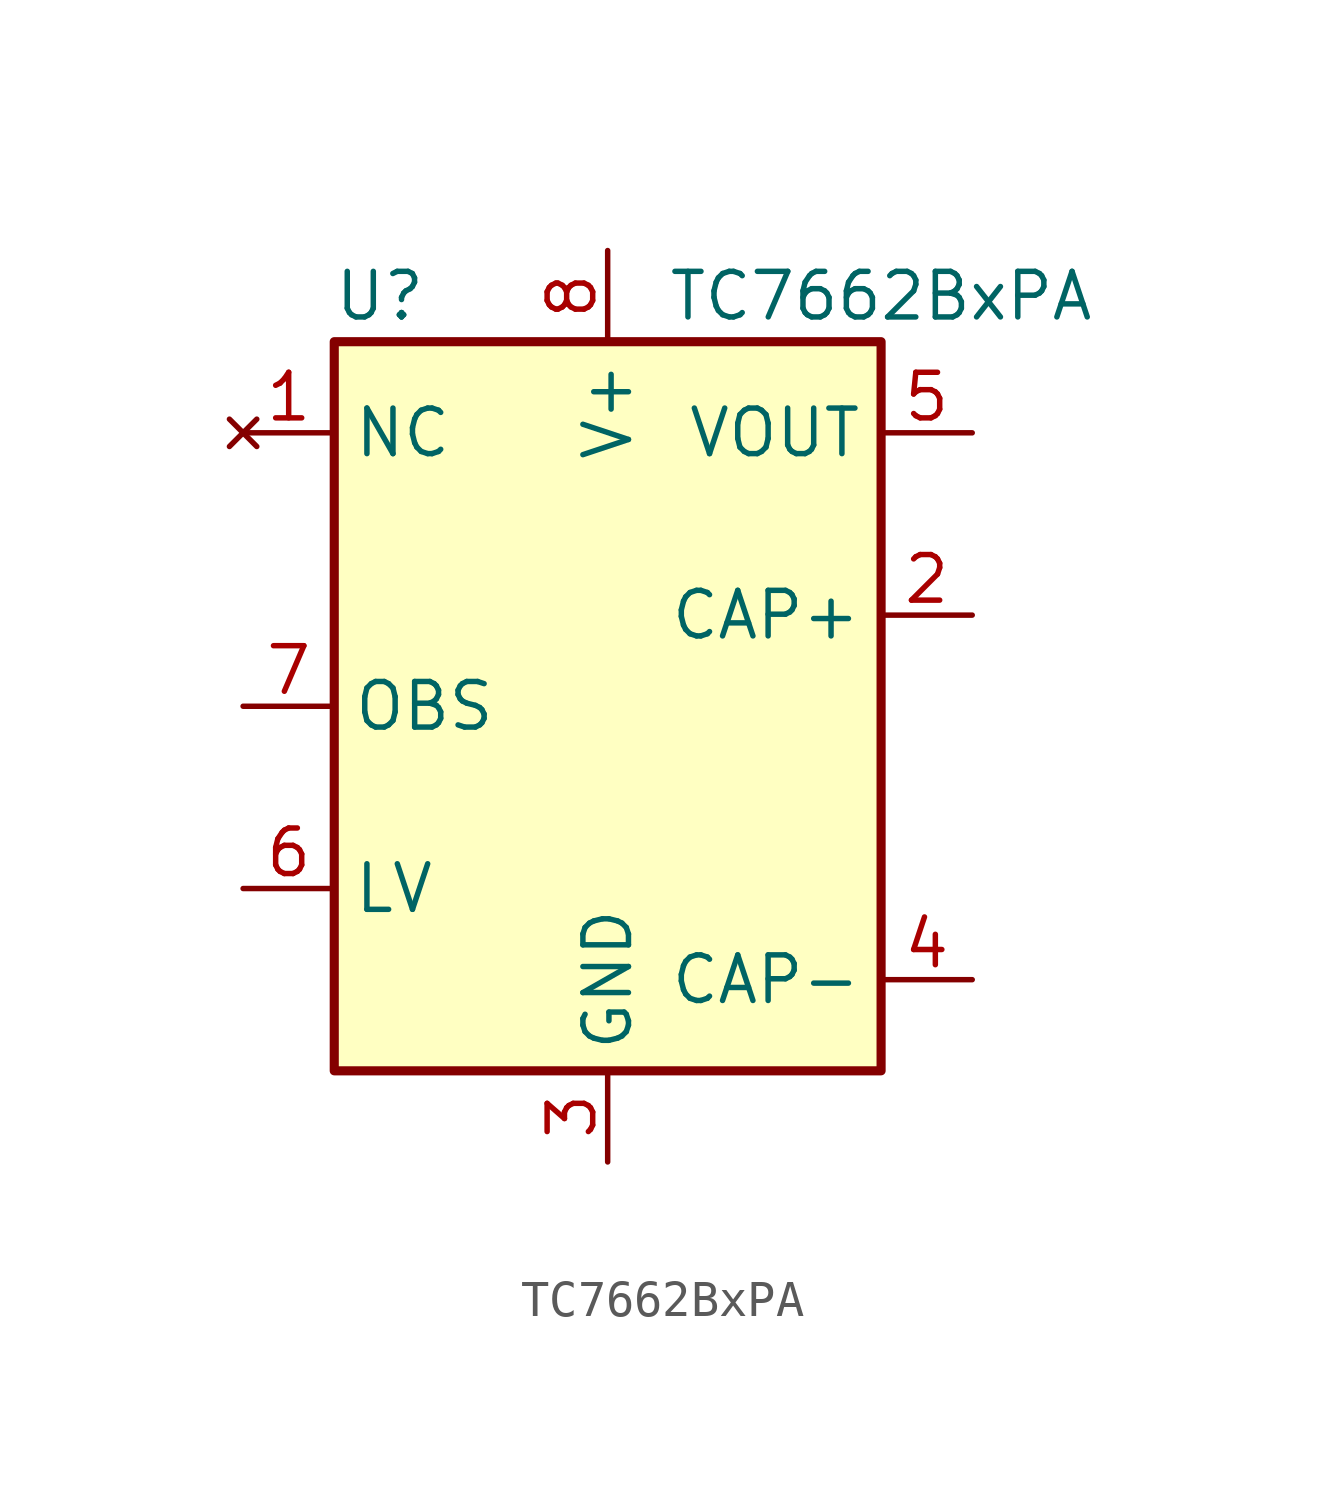
<source format=kicad_sym>
(kicad_symbol_lib
  (version 20211014)
  (generator kicad_symbol_editor)
  (symbol "TC7662BxPA"
    (property "Reference" "U"
      (at -6.35 11.43 0)
      (effects (font (size 1.27 1.27))))
    (property "Value" "TC7662BxPA"
      (at 7.62 11.43 0)
      (effects (font (size 1.27 1.27))))
    (symbol "TC7662BxPA_0_1"
      (rectangle (start -7.62 10.16) (end 7.62 -10.16) (stroke (width 0.254) (type default) (color 0 0 0 0)) (fill (type background))))
    (symbol "TC7662BxPA_1_1"
      (pin no_connect line (at -10.16 7.62 0) (length 2.54) (name "NC" (effects (font (size 1.27 1.27)))) (number "1" (effects (font (size 1.27 1.27)))))
      (pin passive line (at 10.16 2.54 180) (length 2.54) (name "CAP+" (effects (font (size 1.27 1.27)))) (number "2" (effects (font (size 1.27 1.27)))))
      (pin power_in line (at 0 -12.7 90) (length 2.54) (name "GND" (effects (font (size 1.27 1.27)))) (number "3" (effects (font (size 1.27 1.27)))))
      (pin passive line (at 10.16 -7.62 180) (length 2.54) (name "CAP-" (effects (font (size 1.27 1.27)))) (number "4" (effects (font (size 1.27 1.27)))))
      (pin power_out line (at 10.16 7.62 180) (length 2.54) (name "VOUT" (effects (font (size 1.27 1.27)))) (number "5" (effects (font (size 1.27 1.27)))))
      (pin input line (at -10.16 -5.08 0) (length 2.54) (name "LV" (effects (font (size 1.27 1.27)))) (number "6" (effects (font (size 1.27 1.27)))))
      (pin passive line (at -10.16 0 0) (length 2.54) (name "OBS" (effects (font (size 1.27 1.27)))) (number "7" (effects (font (size 1.27 1.27)))))
      (pin power_in line (at 0 12.7 270) (length 2.54) (name "V+" (effects (font (size 1.27 1.27)))) (number "8" (effects (font (size 1.27 1.27))))))))
</source>
